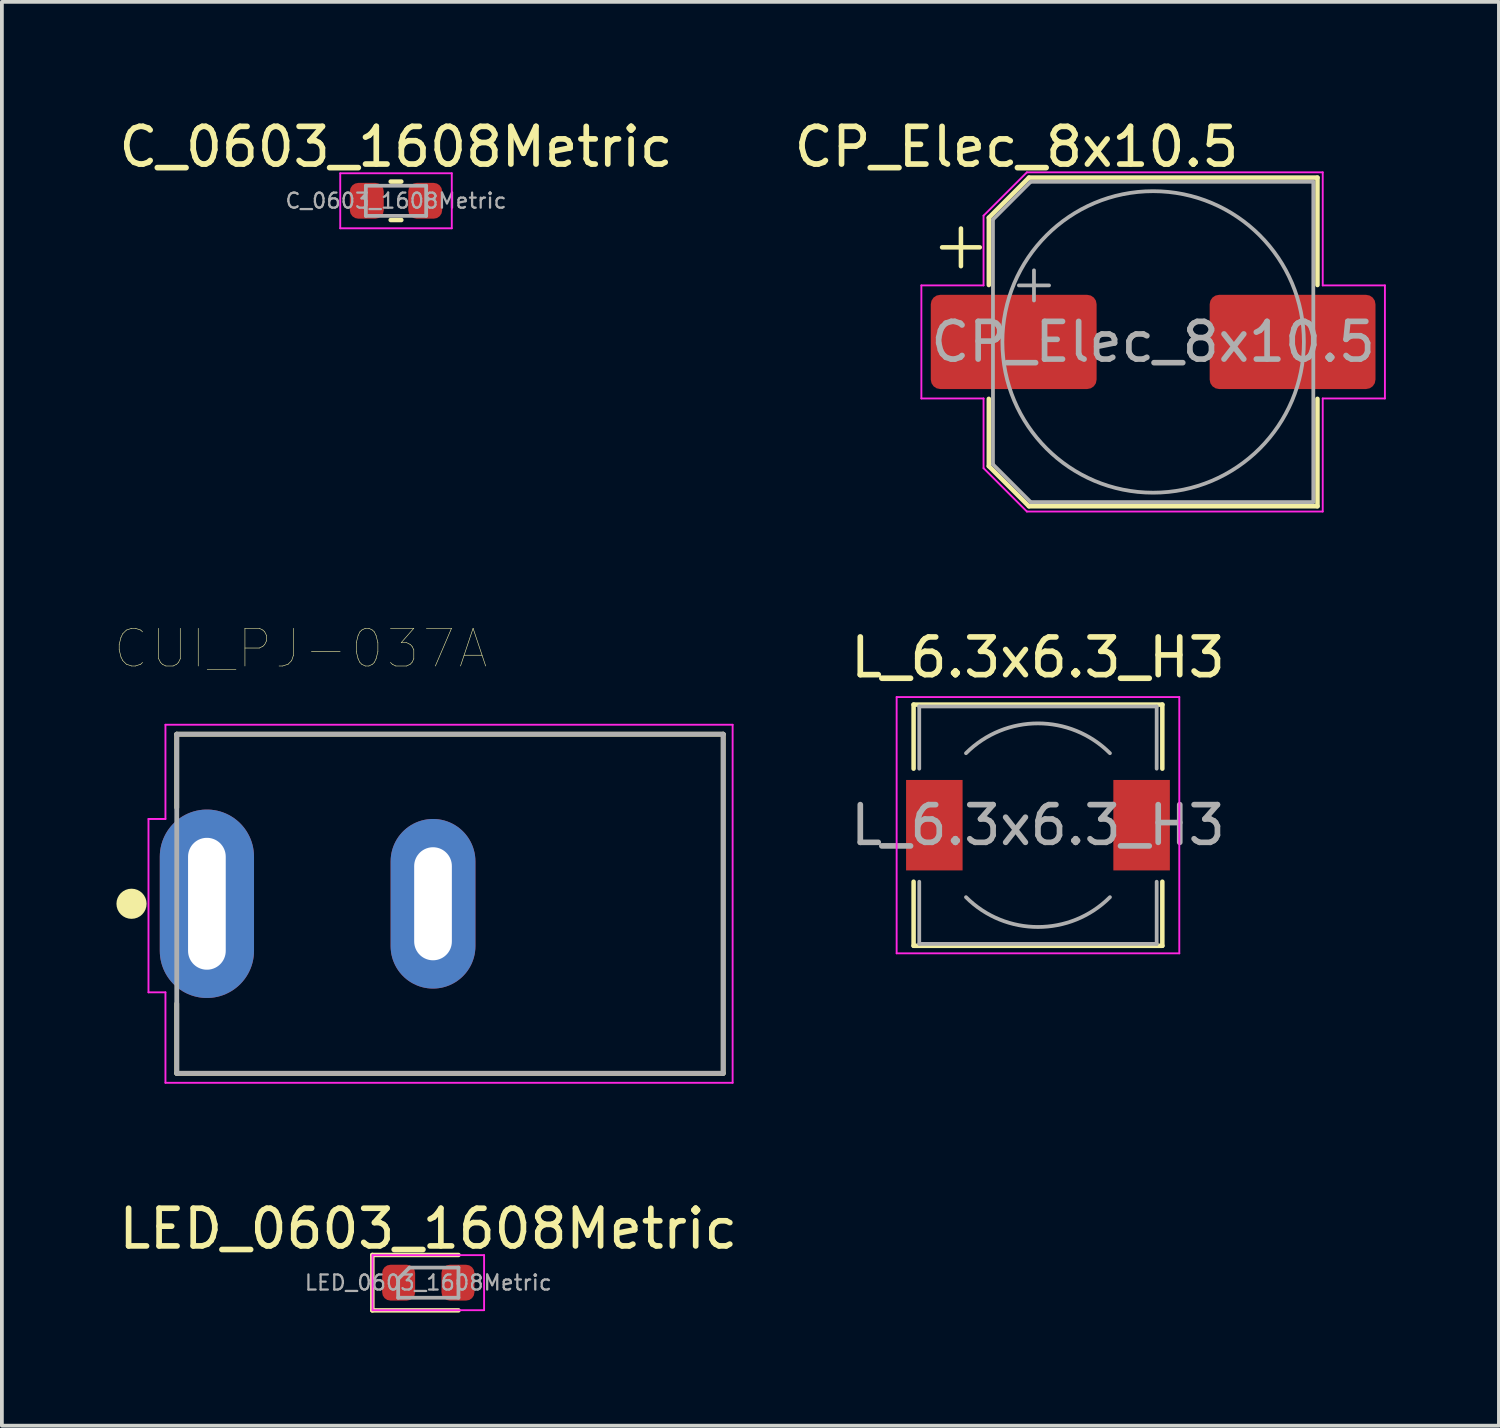
<source format=kicad_pcb>
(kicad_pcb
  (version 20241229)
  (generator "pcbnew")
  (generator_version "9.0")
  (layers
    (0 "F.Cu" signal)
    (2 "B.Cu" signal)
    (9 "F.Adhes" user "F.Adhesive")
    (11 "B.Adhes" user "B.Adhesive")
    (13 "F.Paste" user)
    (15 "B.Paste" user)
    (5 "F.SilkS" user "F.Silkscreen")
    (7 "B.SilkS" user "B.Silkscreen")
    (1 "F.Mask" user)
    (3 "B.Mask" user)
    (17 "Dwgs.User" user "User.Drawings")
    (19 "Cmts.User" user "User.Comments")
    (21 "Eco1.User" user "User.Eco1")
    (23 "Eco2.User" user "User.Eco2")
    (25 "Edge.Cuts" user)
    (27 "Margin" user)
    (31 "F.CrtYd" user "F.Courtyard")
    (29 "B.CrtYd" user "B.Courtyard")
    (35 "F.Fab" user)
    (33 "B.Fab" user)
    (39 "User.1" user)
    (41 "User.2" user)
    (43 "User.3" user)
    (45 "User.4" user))
  (footprint "CP_Elec_8x10.5"
    (layer "F.Cu")
    (at 27.548 6.023)
    (property "Reference" "CP_Elec_8x10.5" (at -3.625 -5.175 0) (layer "F.SilkS") (effects (font (size 1 1) (thickness 0.15))))
    (attr smd)
    (fp_line (start -5.6 -2.51) (end -4.6 -2.51) (stroke (width 0.12) (type solid)) (layer "F.SilkS"))
    (fp_line (start -5.1 -3.01) (end -5.1 -2.01) (stroke (width 0.12) (type solid)) (layer "F.SilkS"))
    (fp_line (start -4.36 -3.296) (end -4.36 -1.51) (stroke (width 0.12) (type solid)) (layer "F.SilkS"))
    (fp_line (start -4.36 -3.296) (end -3.296 -4.36) (stroke (width 0.12) (type solid)) (layer "F.SilkS"))
    (fp_line (start -4.36 3.296) (end -4.36 1.51) (stroke (width 0.12) (type solid)) (layer "F.SilkS"))
    (fp_line (start -4.36 3.296) (end -3.296 4.36) (stroke (width 0.12) (type solid)) (layer "F.SilkS"))
    (fp_line (start -3.296 -4.36) (end 4.36 -4.36) (stroke (width 0.12) (type solid)) (layer "F.SilkS"))
    (fp_line (start -3.296 4.36) (end 4.36 4.36) (stroke (width 0.12) (type solid)) (layer "F.SilkS"))
    (fp_line (start 4.36 -4.36) (end 4.36 -1.51) (stroke (width 0.12) (type solid)) (layer "F.SilkS"))
    (fp_line (start 4.36 4.36) (end 4.36 1.51) (stroke (width 0.12) (type solid)) (layer "F.SilkS"))
    (fp_line (start -6.15 -1.5) (end -6.15 1.5) (stroke (width 0.05) (type solid)) (layer "F.CrtYd"))
    (fp_line (start -6.15 1.5) (end -4.5 1.5) (stroke (width 0.05) (type solid)) (layer "F.CrtYd"))
    (fp_line (start -4.5 -3.35) (end -4.5 -1.5) (stroke (width 0.05) (type solid)) (layer "F.CrtYd"))
    (fp_line (start -4.5 -3.35) (end -3.35 -4.5) (stroke (width 0.05) (type solid)) (layer "F.CrtYd"))
    (fp_line (start -4.5 -1.5) (end -6.15 -1.5) (stroke (width 0.05) (type solid)) (layer "F.CrtYd"))
    (fp_line (start -4.5 1.5) (end -4.5 3.35) (stroke (width 0.05) (type solid)) (layer "F.CrtYd"))
    (fp_line (start -4.5 3.35) (end -3.35 4.5) (stroke (width 0.05) (type solid)) (layer "F.CrtYd"))
    (fp_line (start -3.35 -4.5) (end 4.5 -4.5) (stroke (width 0.05) (type solid)) (layer "F.CrtYd"))
    (fp_line (start -3.35 4.5) (end 4.5 4.5) (stroke (width 0.05) (type solid)) (layer "F.CrtYd"))
    (fp_line (start 4.5 -4.5) (end 4.5 -1.5) (stroke (width 0.05) (type solid)) (layer "F.CrtYd"))
    (fp_line (start 4.5 -1.5) (end 6.15 -1.5) (stroke (width 0.05) (type solid)) (layer "F.CrtYd"))
    (fp_line (start 4.5 1.5) (end 4.5 4.5) (stroke (width 0.05) (type solid)) (layer "F.CrtYd"))
    (fp_line (start 6.15 -1.5) (end 6.15 1.5) (stroke (width 0.05) (type solid)) (layer "F.CrtYd"))
    (fp_line (start 6.15 1.5) (end 4.5 1.5) (stroke (width 0.05) (type solid)) (layer "F.CrtYd"))
    (fp_line (start -4.25 -3.25) (end -4.25 3.25) (stroke (width 0.1) (type solid)) (layer "F.Fab"))
    (fp_line (start -4.25 -3.25) (end -3.25 -4.25) (stroke (width 0.1) (type solid)) (layer "F.Fab"))
    (fp_line (start -4.25 3.25) (end -3.25 4.25) (stroke (width 0.1) (type solid)) (layer "F.Fab"))
    (fp_line (start -3.562 -1.5) (end -2.762 -1.5) (stroke (width 0.1) (type solid)) (layer "F.Fab"))
    (fp_line (start -3.25 -4.25) (end 4.25 -4.25) (stroke (width 0.1) (type solid)) (layer "F.Fab"))
    (fp_line (start -3.25 4.25) (end 4.25 4.25) (stroke (width 0.1) (type solid)) (layer "F.Fab"))
    (fp_line (start -3.162 -1.9) (end -3.162 -1.1) (stroke (width 0.1) (type solid)) (layer "F.Fab"))
    (fp_line (start 4.25 -4.25) (end 4.25 4.25) (stroke (width 0.1) (type solid)) (layer "F.Fab"))
    (fp_circle (center 0 0) (end 4 0) (stroke (width 0.1) (type solid)) (fill no) (layer "F.Fab"))
    (fp_text user "${REFERENCE}" (at 0 0 0) (layer "F.Fab") (effects (font (size 1 1) (thickness 0.15))))
    (pad "1" smd roundrect (at -3.7 0 180) (size 4.4 2.5) (layers "F.Cu" "F.Mask" "F.Paste") (roundrect_rratio 0.1))
    (pad "2" smd roundrect (at 3.7 0 180) (size 4.4 2.5) (layers "F.Cu" "F.Mask" "F.Paste") (roundrect_rratio 0.1)))
  (footprint "L_6.3x6.3_H3"
    (layer "F.Cu")
    (at 24.492 18.846)
    (property "Reference" "L_6.3x6.3_H3" (at 0 -4.45 0) (layer "F.SilkS") (effects (font (size 1 1) (thickness 0.15))))
    (attr smd)
    (fp_line (start -3.3 -3.2) (end 3.3 -3.2) (stroke (width 0.12) (type solid)) (layer "F.SilkS"))
    (fp_line (start -3.3 -1.5) (end -3.3 -3.2) (stroke (width 0.12) (type solid)) (layer "F.SilkS"))
    (fp_line (start -3.3 3.2) (end -3.3 1.5) (stroke (width 0.12) (type solid)) (layer "F.SilkS"))
    (fp_line (start 3.3 -3.2) (end 3.3 -1.5) (stroke (width 0.12) (type solid)) (layer "F.SilkS"))
    (fp_line (start 3.3 1.5) (end 3.3 3.2) (stroke (width 0.12) (type solid)) (layer "F.SilkS"))
    (fp_line (start 3.3 3.2) (end -3.3 3.2) (stroke (width 0.12) (type solid)) (layer "F.SilkS"))
    (fp_line (start -3.75 -3.4) (end -3.75 3.4) (stroke (width 0.05) (type solid)) (layer "F.CrtYd"))
    (fp_line (start -3.75 3.4) (end 3.75 3.4) (stroke (width 0.05) (type solid)) (layer "F.CrtYd"))
    (fp_line (start 3.75 -3.4) (end -3.75 -3.4) (stroke (width 0.05) (type solid)) (layer "F.CrtYd"))
    (fp_line (start 3.75 3.4) (end 3.75 -3.4) (stroke (width 0.05) (type solid)) (layer "F.CrtYd"))
    (fp_line (start -3.15 -3.15) (end -3.15 -1.5) (stroke (width 0.1) (type solid)) (layer "F.Fab"))
    (fp_line (start -3.15 -3.15) (end 3.15 -3.15) (stroke (width 0.1) (type solid)) (layer "F.Fab"))
    (fp_line (start -3.15 3.15) (end -3.15 1.5) (stroke (width 0.1) (type solid)) (layer "F.Fab"))
    (fp_line (start -3.15 3.15) (end 3.15 3.15) (stroke (width 0.1) (type solid)) (layer "F.Fab"))
    (fp_line (start 3.15 -3.15) (end 3.15 -1.5) (stroke (width 0.1) (type solid)) (layer "F.Fab"))
    (fp_line (start 3.15 3.15) (end 3.15 1.5) (stroke (width 0.1) (type solid)) (layer "F.Fab"))
    (fp_arc (start -1.91 -1.91) (mid 0 -2.701148) (end 1.91 -1.91) (stroke (width 0.1) (type solid)) (layer "F.Fab"))
    (fp_arc (start 1.91 1.91) (mid 0 2.701148) (end -1.91 1.91) (stroke (width 0.1) (type solid)) (layer "F.Fab"))
    (fp_text user "${REFERENCE}" (at 0 0 0) (layer "F.Fab") (effects (font (size 1 1) (thickness 0.15))))
    (pad "1" smd rect (at -2.75 0 180) (size 1.5 2.4) (layers "F.Cu" "F.Mask" "F.Paste"))
    (pad "2" smd rect (at 2.75 0 180) (size 1.5 2.4) (layers "F.Cu" "F.Mask" "F.Paste")))
  (footprint "LED_0603_1608Metric"
    (layer "F.Cu")
    (at 8.315 30.985)
    (property "Reference" "LED_0603_1608Metric" (at 0 -1.43 0) (layer "F.SilkS") (effects (font (size 1 1) (thickness 0.15))))
    (attr smd)
    (fp_line (start -1.485 -0.735) (end -1.485 0.735) (stroke (width 0.12) (type solid)) (layer "F.SilkS"))
    (fp_line (start -1.485 0.735) (end 0.8 0.735) (stroke (width 0.12) (type solid)) (layer "F.SilkS"))
    (fp_line (start 0.8 -0.735) (end -1.485 -0.735) (stroke (width 0.12) (type solid)) (layer "F.SilkS"))
    (fp_line (start -1.48 -0.73) (end 1.48 -0.73) (stroke (width 0.05) (type solid)) (layer "F.CrtYd"))
    (fp_line (start -1.48 0.73) (end -1.48 -0.73) (stroke (width 0.05) (type solid)) (layer "F.CrtYd"))
    (fp_line (start 1.48 -0.73) (end 1.48 0.73) (stroke (width 0.05) (type solid)) (layer "F.CrtYd"))
    (fp_line (start 1.48 0.73) (end -1.48 0.73) (stroke (width 0.05) (type solid)) (layer "F.CrtYd"))
    (fp_line (start -0.8 -0.1) (end -0.8 0.4) (stroke (width 0.1) (type solid)) (layer "F.Fab"))
    (fp_line (start -0.8 0.4) (end 0.8 0.4) (stroke (width 0.1) (type solid)) (layer "F.Fab"))
    (fp_line (start -0.5 -0.4) (end -0.8 -0.1) (stroke (width 0.1) (type solid)) (layer "F.Fab"))
    (fp_line (start 0.8 -0.4) (end -0.5 -0.4) (stroke (width 0.1) (type solid)) (layer "F.Fab"))
    (fp_line (start 0.8 0.4) (end 0.8 -0.4) (stroke (width 0.1) (type solid)) (layer "F.Fab"))
    (fp_text user "${REFERENCE}" (at 0 0 0) (layer "F.Fab") (effects (font (size 0.4 0.4) (thickness 0.06))))
    (pad "1" smd roundrect (at -0.787 0 180) (size 0.875 0.95) (layers "F.Cu" "F.Mask" "F.Paste") (roundrect_rratio 0.25))
    (pad "2" smd roundrect (at 0.787 0 180) (size 0.875 0.95) (layers "F.Cu" "F.Mask" "F.Paste") (roundrect_rratio 0.25)))
  (footprint "C_0603_1608Metric"
    (layer "F.Cu")
    (at 7.458 2.278)
    (property "Reference" "C_0603_1608Metric" (at 0 -1.43 180) (layer "F.SilkS") (effects (font (size 1 1) (thickness 0.15))))
    (attr smd)
    (fp_line (start -0.141 -0.51) (end 0.141 -0.51) (stroke (width 0.12) (type solid)) (layer "F.SilkS"))
    (fp_line (start -0.141 0.51) (end 0.141 0.51) (stroke (width 0.12) (type solid)) (layer "F.SilkS"))
    (fp_line (start -1.48 -0.73) (end 1.48 -0.73) (stroke (width 0.05) (type solid)) (layer "F.CrtYd"))
    (fp_line (start -1.48 0.73) (end -1.48 -0.73) (stroke (width 0.05) (type solid)) (layer "F.CrtYd"))
    (fp_line (start 1.48 -0.73) (end 1.48 0.73) (stroke (width 0.05) (type solid)) (layer "F.CrtYd"))
    (fp_line (start 1.48 0.73) (end -1.48 0.73) (stroke (width 0.05) (type solid)) (layer "F.CrtYd"))
    (fp_line (start -0.8 -0.4) (end 0.8 -0.4) (stroke (width 0.1) (type solid)) (layer "F.Fab"))
    (fp_line (start -0.8 0.4) (end -0.8 -0.4) (stroke (width 0.1) (type solid)) (layer "F.Fab"))
    (fp_line (start 0.8 -0.4) (end 0.8 0.4) (stroke (width 0.1) (type solid)) (layer "F.Fab"))
    (fp_line (start 0.8 0.4) (end -0.8 0.4) (stroke (width 0.1) (type solid)) (layer "F.Fab"))
    (fp_text user "${REFERENCE}" (at 0 0 180) (layer "F.Fab") (effects (font (size 0.4 0.4) (thickness 0.06))))
    (pad "1" smd roundrect (at -0.775 0 180) (size 0.9 0.95) (layers "F.Cu" "F.Mask" "F.Paste") (roundrect_rratio 0.25))
    (pad "2" smd roundrect (at 0.775 0 180) (size 0.9 0.95) (layers "F.Cu" "F.Mask" "F.Paste") (roundrect_rratio 0.25)))
  (footprint "CUI_PJ-037A"
    (layer "F.Cu")
    (at 2.44 20.931)
    (property "Reference" "CUI_PJ-037A" (at 2.487 -6.771 0) (layer "F.SilkS") (effects (font (size 1.001 1.001) (thickness 0.015))))
    (attr through_hole)
    (fp_line (start -0.8 -4.5) (end 13.7 -4.5) (stroke (width 0.127) (type solid)) (layer "F.SilkS"))
    (fp_line (start -0.8 -2.55) (end -0.8 -4.5) (stroke (width 0.127) (type solid)) (layer "F.SilkS"))
    (fp_line (start -0.8 4.5) (end -0.8 2.65) (stroke (width 0.127) (type solid)) (layer "F.SilkS"))
    (fp_line (start 13.7 -4.5) (end 13.7 4.5) (stroke (width 0.127) (type solid)) (layer "F.SilkS"))
    (fp_line (start 13.7 4.5) (end -0.8 4.5) (stroke (width 0.127) (type solid)) (layer "F.SilkS"))
    (fp_circle (center -2 0) (end -1.8 0) (stroke (width 0.4) (type solid)) (fill no) (layer "F.SilkS"))
    (fp_line (start -1.55 -2.25) (end -1.55 2.35) (stroke (width 0.05) (type solid)) (layer "F.CrtYd"))
    (fp_line (start -1.55 2.35) (end -1.1 2.35) (stroke (width 0.05) (type solid)) (layer "F.CrtYd"))
    (fp_line (start -1.1 -4.75) (end 13.95 -4.75) (stroke (width 0.05) (type solid)) (layer "F.CrtYd"))
    (fp_line (start -1.1 -2.25) (end -1.55 -2.25) (stroke (width 0.05) (type solid)) (layer "F.CrtYd"))
    (fp_line (start -1.1 -2.25) (end -1.1 -4.75) (stroke (width 0.05) (type solid)) (layer "F.CrtYd"))
    (fp_line (start -1.1 4.75) (end -1.1 2.35) (stroke (width 0.05) (type solid)) (layer "F.CrtYd"))
    (fp_line (start 13.95 -4.75) (end 13.95 4.75) (stroke (width 0.05) (type solid)) (layer "F.CrtYd"))
    (fp_line (start 13.95 4.75) (end -1.1 4.75) (stroke (width 0.05) (type solid)) (layer "F.CrtYd"))
    (fp_line (start -0.8 -4.5) (end 13.7 -4.5) (stroke (width 0.127) (type solid)) (layer "F.Fab"))
    (fp_line (start -0.8 4.5) (end -0.8 -4.5) (stroke (width 0.127) (type solid)) (layer "F.Fab"))
    (fp_line (start 13.7 -4.5) (end 13.7 4.5) (stroke (width 0.127) (type solid)) (layer "F.Fab"))
    (fp_line (start 13.7 4.5) (end -0.8 4.5) (stroke (width 0.127) (type solid)) (layer "F.Fab"))
    (pad "1" thru_hole oval (at 0 0) (size 2.5 5) (drill oval 1 3.5) (layers "*.Cu" "*.Mask"))
    (pad "2" thru_hole oval (at 6 0) (size 2.25 4.5) (drill oval 1 3) (layers "*.Cu" "*.Mask")))
  (gr_rect
    (start -3 -3)
    (end 36.723 34.78)
    (stroke (width 0.1) (type default))
    (fill no)
    (layer "Edge.Cuts")))
</source>
